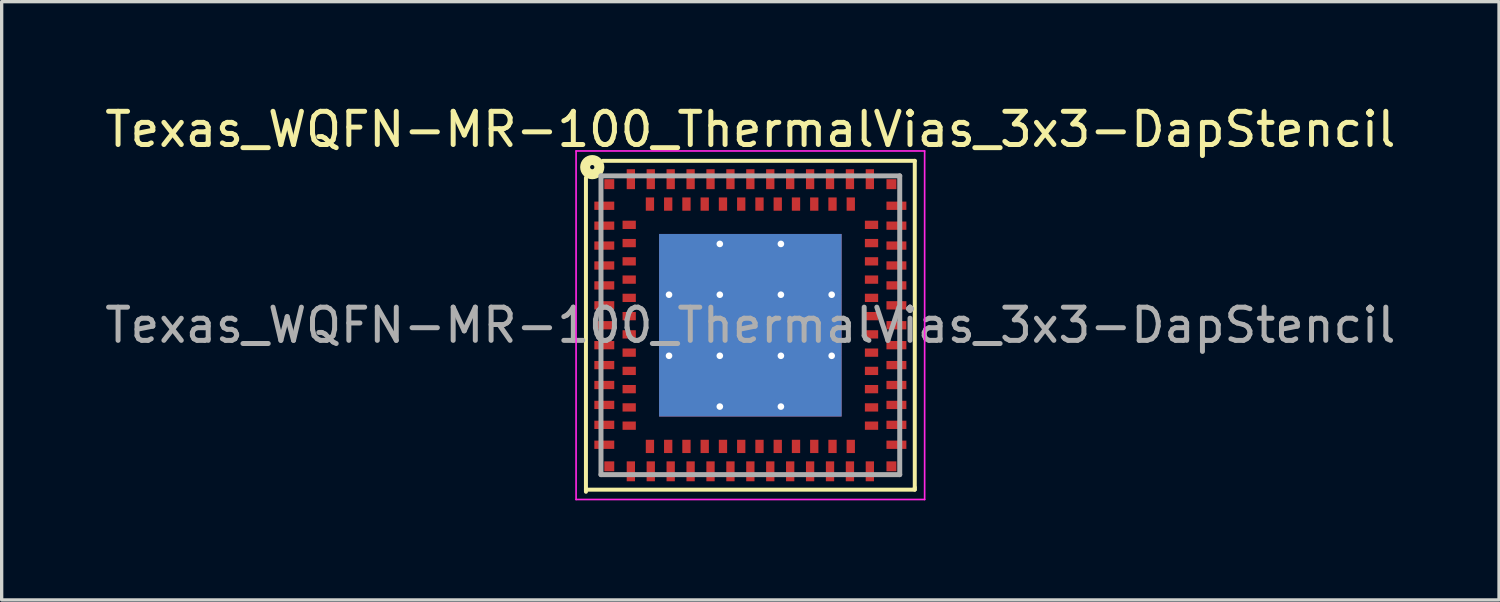
<source format=kicad_pcb>
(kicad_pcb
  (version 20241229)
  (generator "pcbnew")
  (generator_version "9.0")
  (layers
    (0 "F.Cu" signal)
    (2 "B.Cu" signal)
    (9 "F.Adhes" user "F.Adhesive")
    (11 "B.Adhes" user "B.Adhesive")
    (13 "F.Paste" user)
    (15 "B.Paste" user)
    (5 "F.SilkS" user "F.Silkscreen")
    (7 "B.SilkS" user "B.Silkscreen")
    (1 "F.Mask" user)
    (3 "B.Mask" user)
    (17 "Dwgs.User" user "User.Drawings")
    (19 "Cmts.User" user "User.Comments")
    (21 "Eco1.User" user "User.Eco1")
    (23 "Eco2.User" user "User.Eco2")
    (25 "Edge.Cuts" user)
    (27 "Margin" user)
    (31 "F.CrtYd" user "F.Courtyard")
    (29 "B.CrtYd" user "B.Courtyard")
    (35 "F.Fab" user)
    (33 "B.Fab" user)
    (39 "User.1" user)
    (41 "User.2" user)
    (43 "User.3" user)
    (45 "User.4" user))
  (footprint "Texas_WQFN-MR-100_ThermalVias_3x3-DapStencil"
    (layer "F.Cu")
    (at 19.554 6.748)
    (property "Reference" "Texas_WQFN-MR-100_ThermalVias_3x3-DapStencil" (at 0 -5.9 0) (layer "F.SilkS") (effects (font (size 1 1) (thickness 0.15))))
    (attr smd)
    (fp_line (start -4.953 5.016) (end -4.953 -4.445) (stroke (width 0.12) (type solid)) (layer "F.SilkS"))
    (fp_line (start -4.445 -4.953) (end 4.953 -4.953) (stroke (width 0.12) (type solid)) (layer "F.SilkS"))
    (fp_line (start 4.953 -4.953) (end 4.953 4.889) (stroke (width 0.12) (type solid)) (layer "F.SilkS"))
    (fp_line (start 4.953 4.889) (end 4.953 4.953) (stroke (width 0.12) (type solid)) (layer "F.SilkS"))
    (fp_line (start 4.953 4.953) (end -4.953 4.953) (stroke (width 0.12) (type solid)) (layer "F.SilkS"))
    (fp_circle (center -4.763 -4.763) (end -4.699 -4.763) (stroke (width 0.3) (type solid)) (fill no) (layer "F.SilkS"))
    (fp_line (start -5.25 -5.25) (end 5.25 -5.25) (stroke (width 0.05) (type solid)) (layer "F.CrtYd"))
    (fp_line (start -5.25 5.25) (end -5.25 -5.25) (stroke (width 0.05) (type solid)) (layer "F.CrtYd"))
    (fp_line (start 5.25 -5.25) (end 5.25 5.25) (stroke (width 0.05) (type solid)) (layer "F.CrtYd"))
    (fp_line (start 5.25 5.25) (end -5.25 5.25) (stroke (width 0.05) (type solid)) (layer "F.CrtYd"))
    (fp_line (start -4.5 -4.5) (end -4.5 4.5) (stroke (width 0.15) (type solid)) (layer "F.Fab"))
    (fp_line (start -4.5 -4.5) (end 4.5 -4.5) (stroke (width 0.15) (type solid)) (layer "F.Fab"))
    (fp_line (start -4.5 4.5) (end 4.5 4.5) (stroke (width 0.15) (type solid)) (layer "F.Fab"))
    (fp_line (start 4.5 -4.5) (end 4.5 4.5) (stroke (width 0.15) (type solid)) (layer "F.Fab"))
    (fp_text user "${REFERENCE}" (at 0 0 0) (layer "F.Fab") (effects (font (size 1 1) (thickness 0.15))))
    (pad "A1" smd rect (at -4.4 -3.6 90) (size 0.25 0.6) (layers "F.Cu" "F.Mask" "F.Paste"))
    (pad "A2" smd rect (at -4.4 -3 90) (size 0.25 0.6) (layers "F.Cu" "F.Mask" "F.Paste"))
    (pad "A3" smd rect (at -4.4 -2.4 90) (size 0.25 0.6) (layers "F.Cu" "F.Mask" "F.Paste"))
    (pad "A4" smd rect (at -4.4 -1.8 90) (size 0.25 0.6) (layers "F.Cu" "F.Mask" "F.Paste"))
    (pad "A5" smd rect (at -4.4 -1.2 90) (size 0.25 0.6) (layers "F.Cu" "F.Mask" "F.Paste"))
    (pad "A6" smd rect (at -4.4 -0.6 90) (size 0.25 0.6) (layers "F.Cu" "F.Mask" "F.Paste"))
    (pad "A7" smd rect (at -4.4 0 90) (size 0.25 0.6) (layers "F.Cu" "F.Mask" "F.Paste"))
    (pad "A8" smd rect (at -4.4 0.6 90) (size 0.25 0.6) (layers "F.Cu" "F.Mask" "F.Paste"))
    (pad "A9" smd rect (at -4.4 1.2 90) (size 0.25 0.6) (layers "F.Cu" "F.Mask" "F.Paste"))
    (pad "A10" smd rect (at -4.4 1.8 90) (size 0.25 0.6) (layers "F.Cu" "F.Mask" "F.Paste"))
    (pad "A11" smd rect (at -4.4 2.4 90) (size 0.25 0.6) (layers "F.Cu" "F.Mask" "F.Paste"))
    (pad "A12" smd rect (at -4.4 3 90) (size 0.25 0.6) (layers "F.Cu" "F.Mask" "F.Paste"))
    (pad "A13" smd rect (at -4.4 3.6 90) (size 0.25 0.6) (layers "F.Cu" "F.Mask" "F.Paste"))
    (pad "A14" smd rect (at -3.6 4.4) (size 0.25 0.6) (layers "F.Cu" "F.Mask" "F.Paste"))
    (pad "A15" smd rect (at -3 4.4) (size 0.25 0.6) (layers "F.Cu" "F.Mask" "F.Paste"))
    (pad "A16" smd rect (at -2.4 4.4) (size 0.25 0.6) (layers "F.Cu" "F.Mask" "F.Paste"))
    (pad "A17" smd rect (at -1.8 4.4) (size 0.25 0.6) (layers "F.Cu" "F.Mask" "F.Paste"))
    (pad "A18" smd rect (at -1.2 4.4) (size 0.25 0.6) (layers "F.Cu" "F.Mask" "F.Paste"))
    (pad "A19" smd rect (at -0.6 4.4) (size 0.25 0.6) (layers "F.Cu" "F.Mask" "F.Paste"))
    (pad "A20" smd rect (at 0 4.4) (size 0.25 0.6) (layers "F.Cu" "F.Mask" "F.Paste"))
    (pad "A21" smd rect (at 0.6 4.4) (size 0.25 0.6) (layers "F.Cu" "F.Mask" "F.Paste"))
    (pad "A22" smd rect (at 1.2 4.4) (size 0.25 0.6) (layers "F.Cu" "F.Mask" "F.Paste"))
    (pad "A23" smd rect (at 1.8 4.4) (size 0.25 0.6) (layers "F.Cu" "F.Mask" "F.Paste"))
    (pad "A24" smd rect (at 2.4 4.4) (size 0.25 0.6) (layers "F.Cu" "F.Mask" "F.Paste"))
    (pad "A25" smd rect (at 3 4.4) (size 0.25 0.6) (layers "F.Cu" "F.Mask" "F.Paste"))
    (pad "A26" smd rect (at 3.6 4.4) (size 0.25 0.6) (layers "F.Cu" "F.Mask" "F.Paste"))
    (pad "A27" smd rect (at 4.4 3.6 90) (size 0.25 0.6) (layers "F.Cu" "F.Mask" "F.Paste"))
    (pad "A28" smd rect (at 4.4 3 90) (size 0.25 0.6) (layers "F.Cu" "F.Mask" "F.Paste"))
    (pad "A29" smd rect (at 4.4 2.4 90) (size 0.25 0.6) (layers "F.Cu" "F.Mask" "F.Paste"))
    (pad "A30" smd rect (at 4.4 1.8 90) (size 0.25 0.6) (layers "F.Cu" "F.Mask" "F.Paste"))
    (pad "A31" smd rect (at 4.4 1.2 90) (size 0.25 0.6) (layers "F.Cu" "F.Mask" "F.Paste"))
    (pad "A32" smd rect (at 4.4 0.6 90) (size 0.25 0.6) (layers "F.Cu" "F.Mask" "F.Paste"))
    (pad "A33" smd rect (at 4.4 0 90) (size 0.25 0.6) (layers "F.Cu" "F.Mask" "F.Paste"))
    (pad "A34" smd rect (at 4.4 -0.6 90) (size 0.25 0.6) (layers "F.Cu" "F.Mask" "F.Paste"))
    (pad "A35" smd rect (at 4.4 -1.2 90) (size 0.25 0.6) (layers "F.Cu" "F.Mask" "F.Paste"))
    (pad "A36" smd rect (at 4.4 -1.8 90) (size 0.25 0.6) (layers "F.Cu" "F.Mask" "F.Paste"))
    (pad "A37" smd rect (at 4.4 -2.4 90) (size 0.25 0.6) (layers "F.Cu" "F.Mask" "F.Paste"))
    (pad "A38" smd rect (at 4.4 -3 90) (size 0.25 0.6) (layers "F.Cu" "F.Mask" "F.Paste"))
    (pad "A39" smd rect (at 4.4 -3.6 90) (size 0.25 0.6) (layers "F.Cu" "F.Mask" "F.Paste"))
    (pad "A40" smd rect (at 3.6 -4.4) (size 0.25 0.6) (layers "F.Cu" "F.Mask" "F.Paste"))
    (pad "A41" smd rect (at 3 -4.4) (size 0.25 0.6) (layers "F.Cu" "F.Mask" "F.Paste"))
    (pad "A42" smd rect (at 2.4 -4.4) (size 0.25 0.6) (layers "F.Cu" "F.Mask" "F.Paste"))
    (pad "A43" smd rect (at 1.8 -4.4) (size 0.25 0.6) (layers "F.Cu" "F.Mask" "F.Paste"))
    (pad "A44" smd rect (at 1.2 -4.4) (size 0.25 0.6) (layers "F.Cu" "F.Mask" "F.Paste"))
    (pad "A45" smd rect (at 0.6 -4.4) (size 0.25 0.6) (layers "F.Cu" "F.Mask" "F.Paste"))
    (pad "A46" smd rect (at 0 -4.4) (size 0.25 0.6) (layers "F.Cu" "F.Mask" "F.Paste"))
    (pad "A47" smd rect (at -0.6 -4.4) (size 0.25 0.6) (layers "F.Cu" "F.Mask" "F.Paste"))
    (pad "A48" smd rect (at -1.2 -4.4) (size 0.25 0.6) (layers "F.Cu" "F.Mask" "F.Paste"))
    (pad "A49" smd rect (at -1.8 -4.4) (size 0.25 0.6) (layers "F.Cu" "F.Mask" "F.Paste"))
    (pad "A50" smd rect (at -2.4 -4.4) (size 0.25 0.6) (layers "F.Cu" "F.Mask" "F.Paste"))
    (pad "A51" smd rect (at -3 -4.4) (size 0.25 0.6) (layers "F.Cu" "F.Mask" "F.Paste"))
    (pad "A52" smd rect (at -3.6 -4.4) (size 0.25 0.6) (layers "F.Cu" "F.Mask" "F.Paste"))
    (pad "A53" thru_hole circle (at -2.45 -0.92) (size 0.5 0.5) (drill 0.2) (layers "*.Cu"))
    (pad "A53" thru_hole circle (at -2.45 0.92) (size 0.5 0.5) (drill 0.2) (layers "*.Cu"))
    (pad "A53" smd rect (at -1.835 -1.835) (size 1.83 1.83) (layers "F.Cu" "F.Mask" "F.Paste"))
    (pad "A53" smd rect (at -1.835 0) (size 1.83 1.84) (layers "F.Cu" "F.Mask" "F.Paste"))
    (pad "A53" smd rect (at -1.835 1.835) (size 1.83 1.83) (layers "F.Cu" "F.Mask" "F.Paste"))
    (pad "A53" thru_hole circle (at -0.92 -2.45) (size 0.5 0.5) (drill 0.2) (layers "*.Cu"))
    (pad "A53" thru_hole circle (at -0.92 -0.92) (size 0.5 0.5) (drill 0.2) (layers "*.Cu"))
    (pad "A53" thru_hole circle (at -0.92 0.92) (size 0.5 0.5) (drill 0.2) (layers "*.Cu"))
    (pad "A53" thru_hole circle (at -0.92 2.45) (size 0.5 0.5) (drill 0.2) (layers "*.Cu"))
    (pad "A53" smd rect (at 0 -1.835) (size 1.84 1.83) (layers "F.Cu" "F.Mask" "F.Paste"))
    (pad "A53" smd rect (at 0 0) (size 1.84 1.84) (layers "F.Cu" "F.Mask" "F.Paste"))
    (pad "A53" smd rect (at 0 0) (size 5.5 5.5) (layers "B.Cu" "B.Mask"))
    (pad "A53" smd rect (at 0 1.835) (size 1.84 1.83) (layers "F.Cu" "F.Mask" "F.Paste"))
    (pad "A53" thru_hole circle (at 0.92 -2.45) (size 0.5 0.5) (drill 0.2) (layers "*.Cu"))
    (pad "A53" thru_hole circle (at 0.92 -0.92) (size 0.5 0.5) (drill 0.2) (layers "*.Cu"))
    (pad "A53" thru_hole circle (at 0.92 0.92) (size 0.5 0.5) (drill 0.2) (layers "*.Cu"))
    (pad "A53" thru_hole circle (at 0.92 2.45) (size 0.5 0.5) (drill 0.2) (layers "*.Cu"))
    (pad "A53" smd rect (at 1.835 -1.835) (size 1.83 1.83) (layers "F.Cu" "F.Mask" "F.Paste"))
    (pad "A53" smd rect (at 1.835 0) (size 1.83 1.84) (layers "F.Cu" "F.Mask" "F.Paste"))
    (pad "A53" smd rect (at 1.835 1.835) (size 1.83 1.83) (layers "F.Cu" "F.Mask" "F.Paste"))
    (pad "A53" thru_hole circle (at 2.45 -0.92) (size 0.5 0.5) (drill 0.2) (layers "*.Cu"))
    (pad "A53" thru_hole circle (at 2.45 0.92) (size 0.5 0.5) (drill 0.2) (layers "*.Cu"))
    (pad "B1" smd rect (at -3.65 -3.025 90) (size 0.25 0.4) (layers "F.Cu" "F.Mask" "F.Paste"))
    (pad "B2" smd rect (at -3.65 -2.475 90) (size 0.25 0.4) (layers "F.Cu" "F.Mask" "F.Paste"))
    (pad "B3" smd rect (at -3.65 -1.925 90) (size 0.25 0.4) (layers "F.Cu" "F.Mask" "F.Paste"))
    (pad "B4" smd rect (at -3.65 -1.375 90) (size 0.25 0.4) (layers "F.Cu" "F.Mask" "F.Paste"))
    (pad "B5" smd rect (at -3.65 -0.825 90) (size 0.25 0.4) (layers "F.Cu" "F.Mask" "F.Paste"))
    (pad "B6" smd rect (at -3.65 -0.275 90) (size 0.25 0.4) (layers "F.Cu" "F.Mask" "F.Paste"))
    (pad "B7" smd rect (at -3.65 0.275 90) (size 0.25 0.4) (layers "F.Cu" "F.Mask" "F.Paste"))
    (pad "B8" smd rect (at -3.65 0.825 90) (size 0.25 0.4) (layers "F.Cu" "F.Mask" "F.Paste"))
    (pad "B9" smd rect (at -3.65 1.375 90) (size 0.25 0.4) (layers "F.Cu" "F.Mask" "F.Paste"))
    (pad "B10" smd rect (at -3.65 1.925 90) (size 0.25 0.4) (layers "F.Cu" "F.Mask" "F.Paste"))
    (pad "B11" smd rect (at -3.65 2.475 90) (size 0.25 0.4) (layers "F.Cu" "F.Mask" "F.Paste"))
    (pad "B12" smd rect (at -3.65 3.025 90) (size 0.25 0.4) (layers "F.Cu" "F.Mask" "F.Paste"))
    (pad "B13" smd rect (at -3.025 3.65) (size 0.25 0.4) (layers "F.Cu" "F.Mask" "F.Paste"))
    (pad "B14" smd rect (at -2.475 3.65) (size 0.25 0.4) (layers "F.Cu" "F.Mask" "F.Paste"))
    (pad "B15" smd rect (at -1.925 3.65) (size 0.25 0.4) (layers "F.Cu" "F.Mask" "F.Paste"))
    (pad "B16" smd rect (at -1.375 3.65) (size 0.25 0.4) (layers "F.Cu" "F.Mask" "F.Paste"))
    (pad "B17" smd rect (at -0.825 3.65) (size 0.25 0.4) (layers "F.Cu" "F.Mask" "F.Paste"))
    (pad "B18" smd rect (at -0.275 3.65) (size 0.25 0.4) (layers "F.Cu" "F.Mask" "F.Paste"))
    (pad "B19" smd rect (at 0.275 3.65) (size 0.25 0.4) (layers "F.Cu" "F.Mask" "F.Paste"))
    (pad "B20" smd rect (at 0.825 3.65) (size 0.25 0.4) (layers "F.Cu" "F.Mask" "F.Paste"))
    (pad "B21" smd rect (at 1.375 3.65) (size 0.25 0.4) (layers "F.Cu" "F.Mask" "F.Paste"))
    (pad "B22" smd rect (at 1.925 3.65) (size 0.25 0.4) (layers "F.Cu" "F.Mask" "F.Paste"))
    (pad "B23" smd rect (at 2.475 3.65) (size 0.25 0.4) (layers "F.Cu" "F.Mask" "F.Paste"))
    (pad "B24" smd rect (at 3.025 3.65) (size 0.25 0.4) (layers "F.Cu" "F.Mask" "F.Paste"))
    (pad "B25" smd rect (at 3.65 3.025 90) (size 0.25 0.4) (layers "F.Cu" "F.Mask" "F.Paste"))
    (pad "B26" smd rect (at 3.65 2.475 90) (size 0.25 0.4) (layers "F.Cu" "F.Mask" "F.Paste"))
    (pad "B27" smd rect (at 3.65 1.925 90) (size 0.25 0.4) (layers "F.Cu" "F.Mask" "F.Paste"))
    (pad "B28" smd rect (at 3.65 1.375 90) (size 0.25 0.4) (layers "F.Cu" "F.Mask" "F.Paste"))
    (pad "B29" smd rect (at 3.65 0.825 90) (size 0.25 0.4) (layers "F.Cu" "F.Mask" "F.Paste"))
    (pad "B30" smd rect (at 3.65 0.275 90) (size 0.25 0.4) (layers "F.Cu" "F.Mask" "F.Paste"))
    (pad "B31" smd rect (at 3.65 -0.275 90) (size 0.25 0.4) (layers "F.Cu" "F.Mask" "F.Paste"))
    (pad "B32" smd rect (at 3.65 -0.825 90) (size 0.25 0.4) (layers "F.Cu" "F.Mask" "F.Paste"))
    (pad "B33" smd rect (at 3.65 -1.375 90) (size 0.25 0.4) (layers "F.Cu" "F.Mask" "F.Paste"))
    (pad "B34" smd rect (at 3.65 -1.925 90) (size 0.25 0.4) (layers "F.Cu" "F.Mask" "F.Paste"))
    (pad "B35" smd rect (at 3.65 -2.475 90) (size 0.25 0.4) (layers "F.Cu" "F.Mask" "F.Paste"))
    (pad "B36" smd rect (at 3.65 -3.025 90) (size 0.25 0.4) (layers "F.Cu" "F.Mask" "F.Paste"))
    (pad "B37" smd rect (at 3.025 -3.65) (size 0.25 0.4) (layers "F.Cu" "F.Mask" "F.Paste"))
    (pad "B38" smd rect (at 2.475 -3.65) (size 0.25 0.4) (layers "F.Cu" "F.Mask" "F.Paste"))
    (pad "B39" smd rect (at 1.925 -3.65) (size 0.25 0.4) (layers "F.Cu" "F.Mask" "F.Paste"))
    (pad "B40" smd rect (at 1.375 -3.65) (size 0.25 0.4) (layers "F.Cu" "F.Mask" "F.Paste"))
    (pad "B41" smd rect (at 0.825 -3.65) (size 0.25 0.4) (layers "F.Cu" "F.Mask" "F.Paste"))
    (pad "B42" smd rect (at 0.275 -3.65) (size 0.25 0.4) (layers "F.Cu" "F.Mask" "F.Paste"))
    (pad "B43" smd rect (at -0.275 -3.65) (size 0.25 0.4) (layers "F.Cu" "F.Mask" "F.Paste"))
    (pad "B44" smd rect (at -0.825 -3.65) (size 0.25 0.4) (layers "F.Cu" "F.Mask" "F.Paste"))
    (pad "B45" smd rect (at -1.375 -3.65) (size 0.25 0.4) (layers "F.Cu" "F.Mask" "F.Paste"))
    (pad "B46" smd rect (at -1.925 -3.65) (size 0.25 0.4) (layers "F.Cu" "F.Mask" "F.Paste"))
    (pad "B47" smd rect (at -2.475 -3.65) (size 0.25 0.4) (layers "F.Cu" "F.Mask" "F.Paste"))
    (pad "B48" smd rect (at -3.025 -3.65) (size 0.25 0.4) (layers "F.Cu" "F.Mask" "F.Paste"))
    (pad "C1" smd rect (at -4.25 -4.25) (size 0.3 0.3) (layers "F.Cu" "F.Mask" "F.Paste"))
    (pad "C2" smd rect (at -4.25 4.25) (size 0.3 0.3) (layers "F.Cu" "F.Mask" "F.Paste"))
    (pad "C3" smd rect (at 4.25 4.25) (size 0.3 0.3) (layers "F.Cu" "F.Mask" "F.Paste"))
    (pad "C4" smd rect (at 4.25 -4.25) (size 0.3 0.3) (layers "F.Cu" "F.Mask" "F.Paste")))
  (gr_rect
    (start -3 -3)
    (end 42.107 15.023)
    (stroke (width 0.1) (type default))
    (fill no)
    (layer "Edge.Cuts")))
</source>
